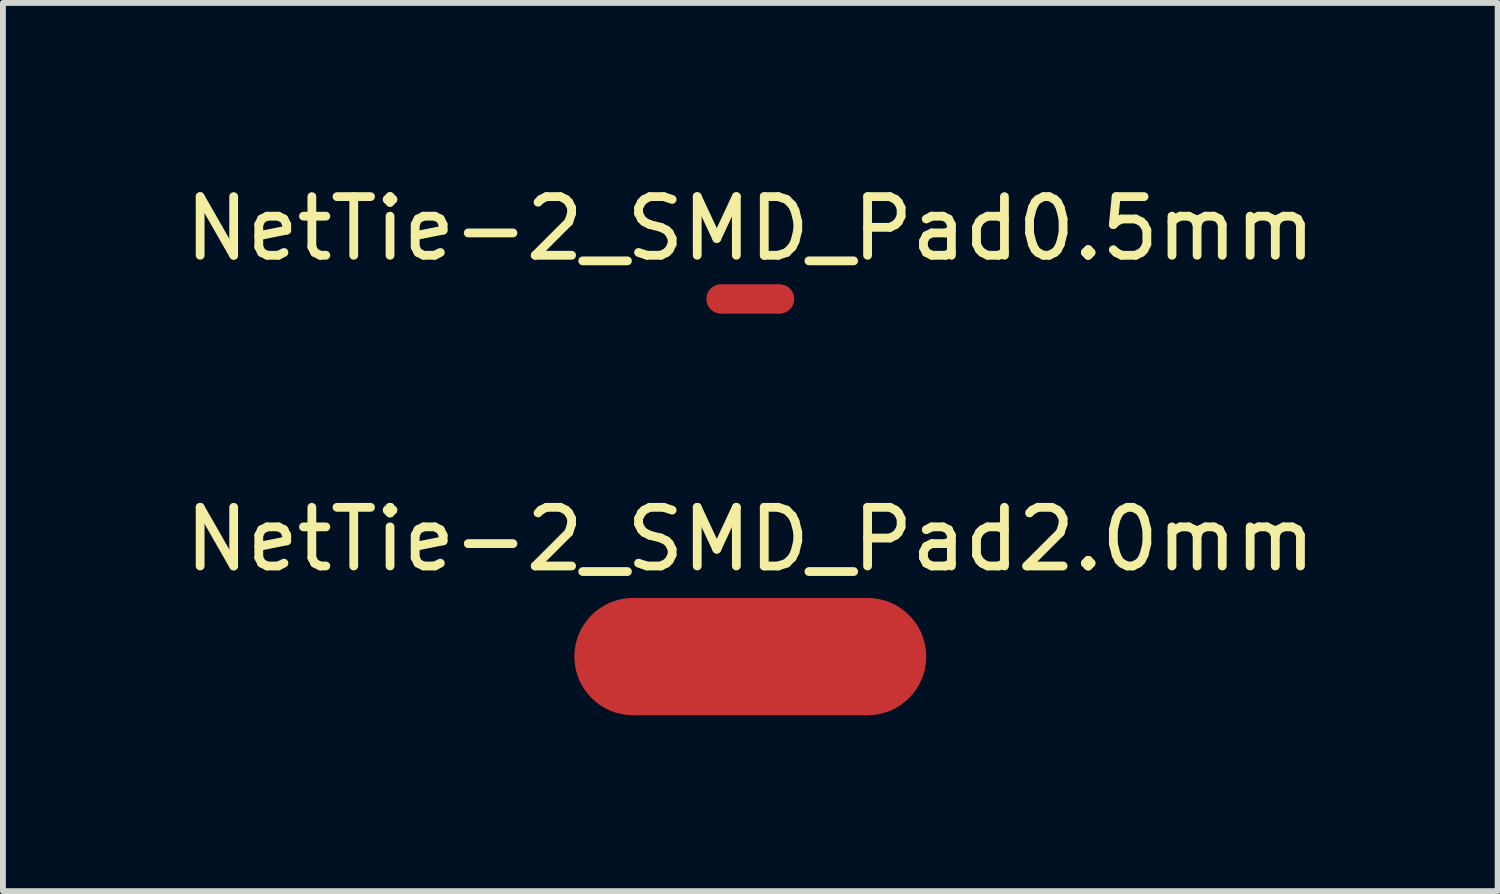
<source format=kicad_pcb>
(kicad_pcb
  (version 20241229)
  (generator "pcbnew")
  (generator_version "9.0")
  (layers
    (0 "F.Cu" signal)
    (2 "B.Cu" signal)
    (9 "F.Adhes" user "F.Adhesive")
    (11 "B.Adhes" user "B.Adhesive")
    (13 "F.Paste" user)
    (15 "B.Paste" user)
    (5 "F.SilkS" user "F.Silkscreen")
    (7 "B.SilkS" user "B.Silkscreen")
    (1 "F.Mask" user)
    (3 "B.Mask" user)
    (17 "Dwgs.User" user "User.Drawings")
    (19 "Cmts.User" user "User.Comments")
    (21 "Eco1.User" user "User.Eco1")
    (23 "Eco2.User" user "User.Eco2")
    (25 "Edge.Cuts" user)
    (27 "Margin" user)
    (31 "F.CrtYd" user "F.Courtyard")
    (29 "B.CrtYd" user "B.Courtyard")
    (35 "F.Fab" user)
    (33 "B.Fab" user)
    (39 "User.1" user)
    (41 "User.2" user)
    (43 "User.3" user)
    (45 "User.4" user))
  (footprint "NetTie-2_SMD_Pad2.0mm"
    (layer "F.Cu")
    (at 9.744 8.146)
    (property "Reference" "NetTie-2_SMD_Pad2.0mm" (at 0 -2 0) (layer "F.SilkS") (effects (font (size 1 1) (thickness 0.15))))
    (attr exclude_from_pos_files exclude_from_bom allow_missing_courtyard)
    (fp_poly (pts (xy -2 -1) (xy 2 -1) (xy 2 1) (xy -2 1)) (stroke (width 0) (type solid)) (fill yes) (layer "F.Cu"))
    (pad "1" smd circle (at -2 0) (size 2 2) (layers "F.Cu"))
    (pad "2" smd circle (at 2 0) (size 2 2) (layers "F.Cu")))
  (footprint "NetTie-2_SMD_Pad0.5mm"
    (layer "F.Cu")
    (at 9.744 2.048)
    (property "Reference" "NetTie-2_SMD_Pad0.5mm" (at 0 -1.2 0) (layer "F.SilkS") (effects (font (size 1 1) (thickness 0.15))))
    (attr exclude_from_pos_files exclude_from_bom allow_missing_courtyard)
    (fp_poly (pts (xy -0.5 -0.25) (xy 0.5 -0.25) (xy 0.5 0.25) (xy -0.5 0.25)) (stroke (width 0) (type solid)) (fill yes) (layer "F.Cu"))
    (pad "1" smd circle (at -0.5 0) (size 0.5 0.5) (layers "F.Cu"))
    (pad "2" smd circle (at 0.5 0) (size 0.5 0.5) (layers "F.Cu")))
  (gr_rect
    (start -3 -3)
    (end 22.488 12.146)
    (stroke (width 0.1) (type default))
    (fill no)
    (layer "Edge.Cuts")))
</source>
